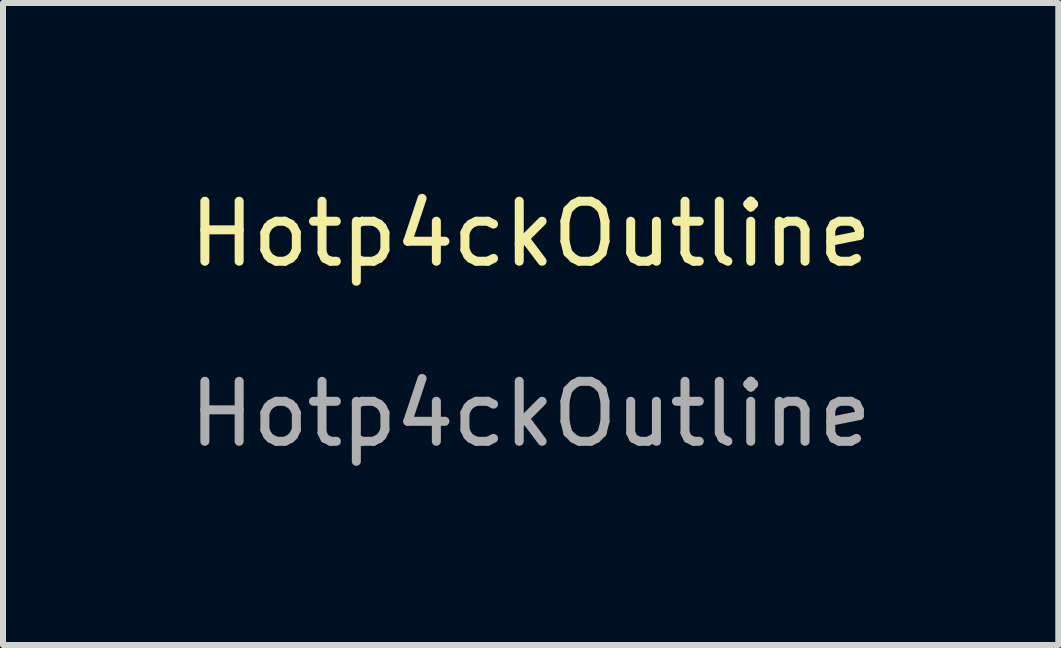
<source format=kicad_pcb>
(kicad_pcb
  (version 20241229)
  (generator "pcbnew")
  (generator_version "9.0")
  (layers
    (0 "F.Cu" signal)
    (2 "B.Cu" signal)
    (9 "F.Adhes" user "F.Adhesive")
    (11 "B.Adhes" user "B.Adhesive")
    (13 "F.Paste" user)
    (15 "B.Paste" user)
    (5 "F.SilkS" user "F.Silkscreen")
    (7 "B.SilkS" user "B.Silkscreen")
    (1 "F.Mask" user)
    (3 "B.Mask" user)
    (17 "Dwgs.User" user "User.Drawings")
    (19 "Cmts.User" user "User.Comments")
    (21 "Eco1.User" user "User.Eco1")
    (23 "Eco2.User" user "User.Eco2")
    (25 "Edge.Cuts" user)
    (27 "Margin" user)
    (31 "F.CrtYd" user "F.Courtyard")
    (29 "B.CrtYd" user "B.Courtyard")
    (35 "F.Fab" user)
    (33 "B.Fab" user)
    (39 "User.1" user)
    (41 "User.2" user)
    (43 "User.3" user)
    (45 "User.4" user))
  (footprint "Hotp4ckOutline"
    (layer "F.Cu")
    (at 5.792 1.348)
    (property "Reference" "Hotp4ckOutline" (at 0 -0.5 0) (unlocked yes) (layer "F.SilkS") (effects (font (size 1 1) (thickness 0.15))))
    (attr through_hole)
    (fp_text user "${REFERENCE}" (at 0 2.5 0) (unlocked yes) (layer "F.Fab") (effects (font (size 1 1) (thickness 0.15)))))
  (gr_rect
    (start -3 -3)
    (end 14.583 7.697)
    (stroke (width 0.1) (type default))
    (fill no)
    (layer "Edge.Cuts")))
</source>
